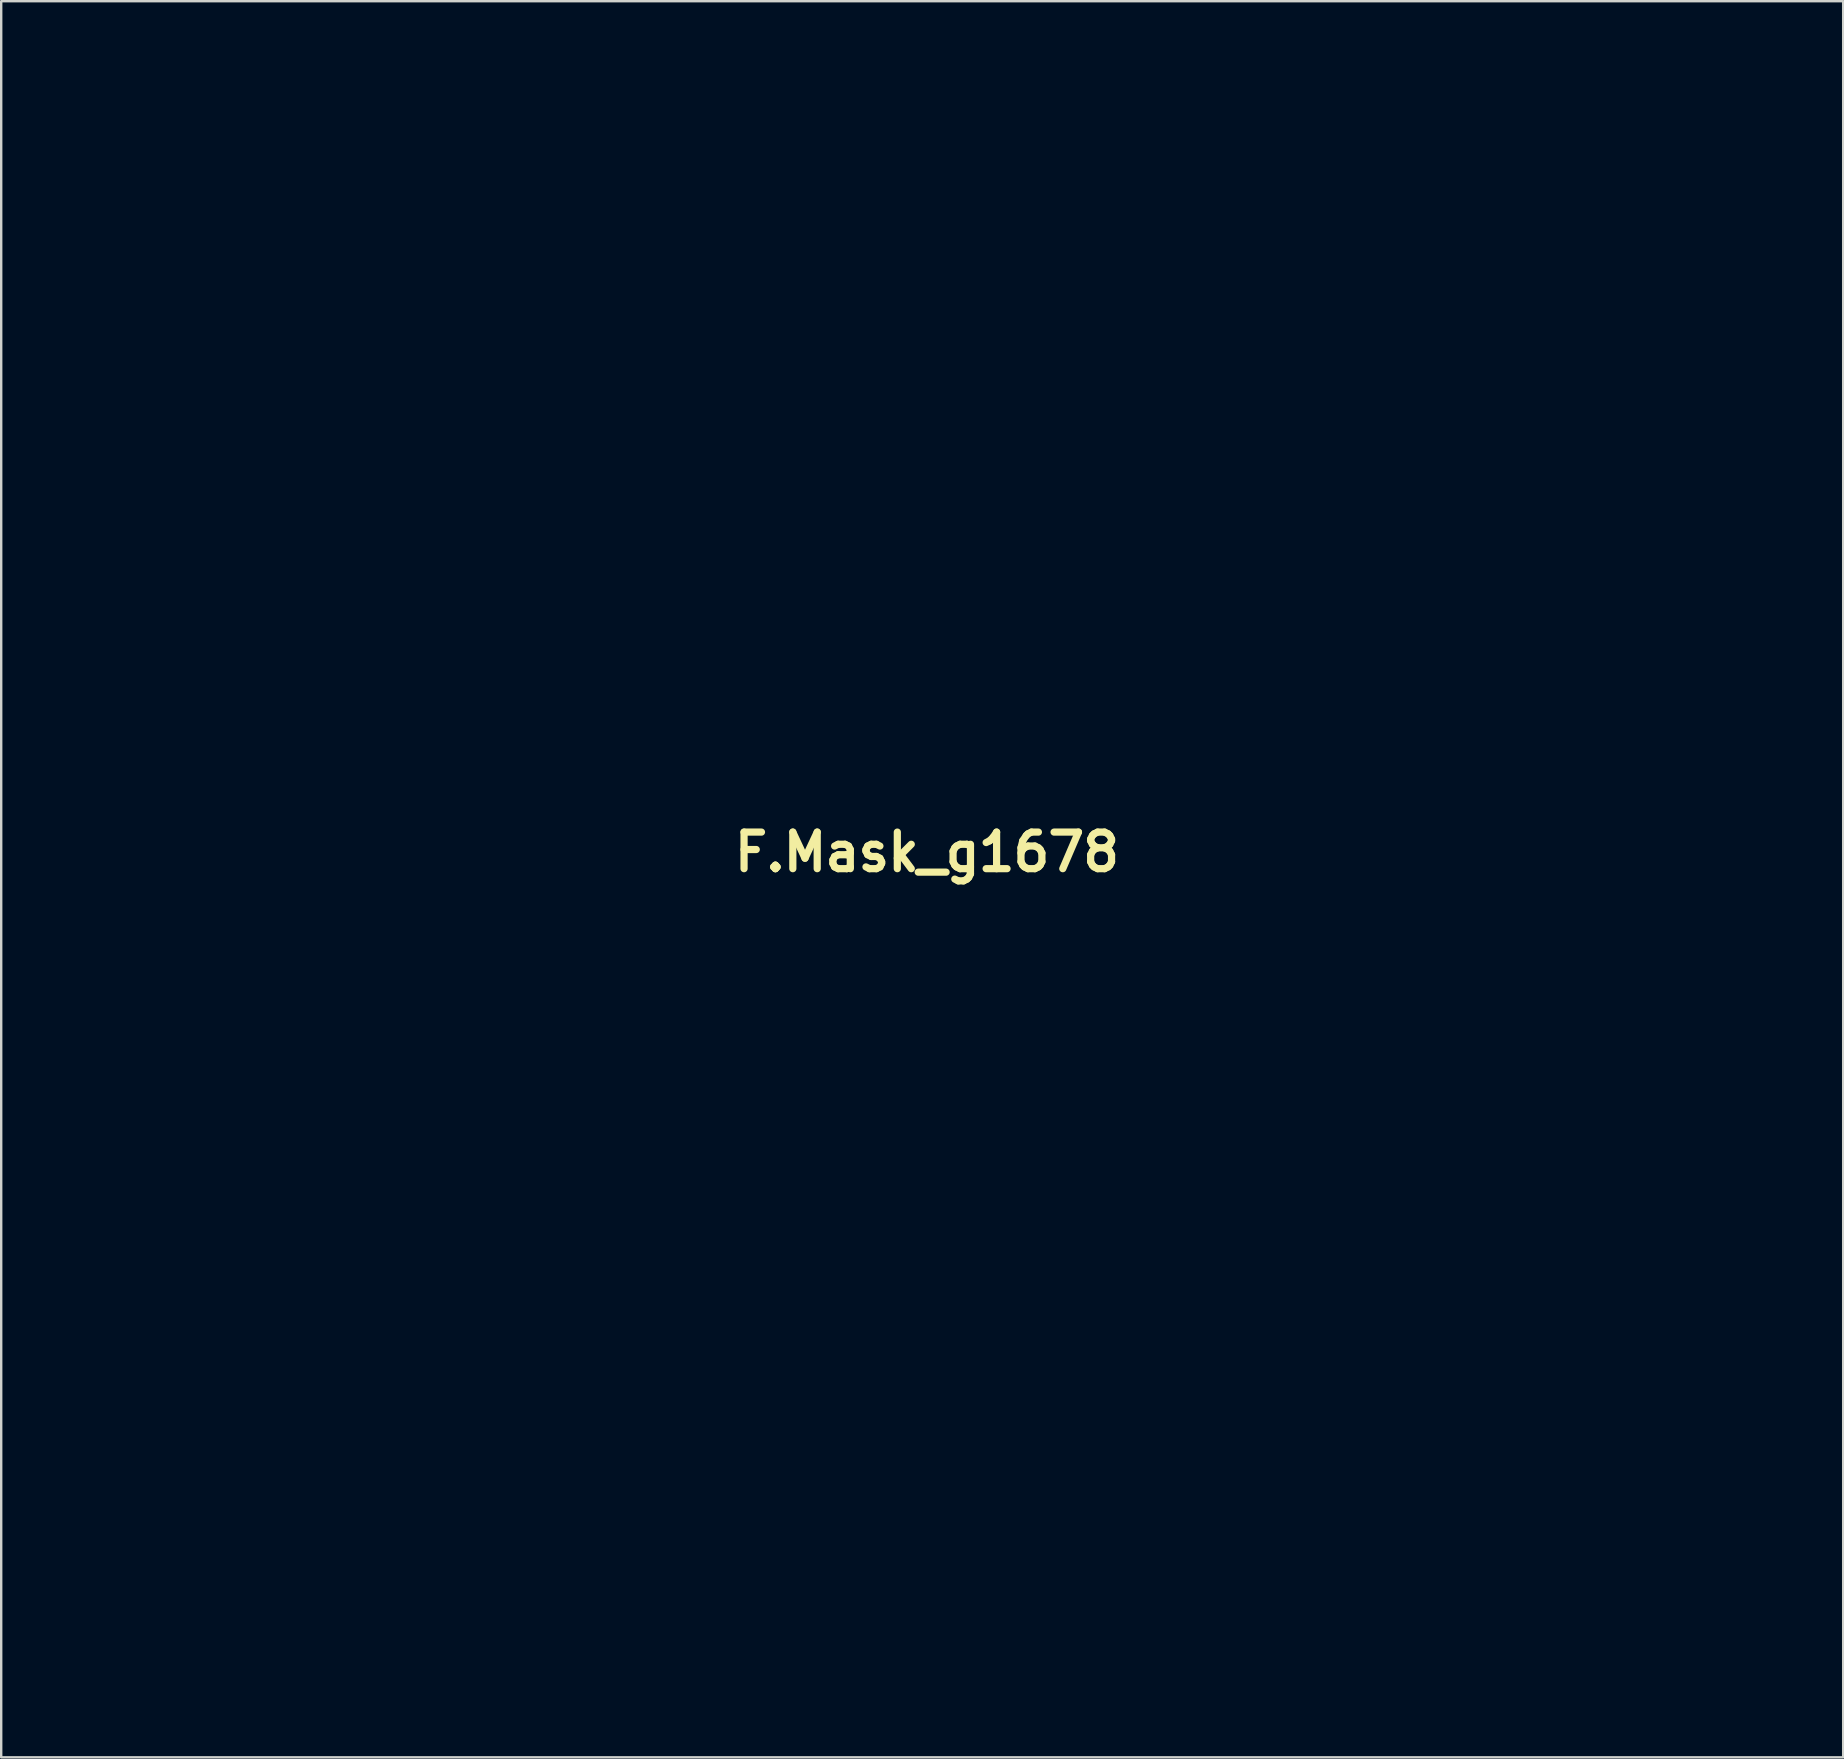
<source format=kicad_pcb>
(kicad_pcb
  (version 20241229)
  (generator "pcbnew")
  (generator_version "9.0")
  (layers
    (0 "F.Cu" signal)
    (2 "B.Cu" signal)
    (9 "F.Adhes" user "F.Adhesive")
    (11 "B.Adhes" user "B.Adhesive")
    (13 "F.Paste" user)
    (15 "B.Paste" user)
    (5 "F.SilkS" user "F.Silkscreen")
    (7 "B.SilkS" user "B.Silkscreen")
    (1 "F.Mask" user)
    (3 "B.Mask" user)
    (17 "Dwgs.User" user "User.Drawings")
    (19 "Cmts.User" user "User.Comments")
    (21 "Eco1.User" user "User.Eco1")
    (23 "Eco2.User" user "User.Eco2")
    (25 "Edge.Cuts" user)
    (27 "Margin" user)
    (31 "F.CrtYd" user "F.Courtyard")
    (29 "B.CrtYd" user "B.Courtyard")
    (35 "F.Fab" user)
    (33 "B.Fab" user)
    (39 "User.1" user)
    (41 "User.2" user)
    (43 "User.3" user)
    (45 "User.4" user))
  (footprint "F.Mask_g1678"
    (layer "F.Cu")
    (at 35.573 32.456)
    (property "Reference" "F.Mask_g1678" (at 0 0 0) (layer "F.SilkS") (effects (font (size 1.524 1.524) (thickness 0.3))))
    (attr through_hole)
    (fp_poly (pts (xy -35.055 -8.563) (xy -35.029 -8.532) (xy -35.007 -8.474) (xy -34.985 -8.383) (xy -34.966 -8.278) (xy -34.938 -8.084) (xy -34.917 -7.869) (xy -34.903 -7.641) (xy -34.896 -7.407) (xy -34.895 -7.175) (xy -34.901 -6.952) (xy -34.913 -6.746) (xy -34.932 -6.564) (xy -34.958 -6.414) (xy -34.97 -6.368) (xy -35.034 -6.191) (xy -35.13 -6.011) (xy -35.251 -5.838) (xy -35.365 -5.71) (xy -35.442 -5.634) (xy -35.498 -5.588) (xy -35.535 -5.569) (xy -35.56 -5.574) (xy -35.568 -5.584) (xy -35.567 -5.611) (xy -35.555 -5.668) (xy -35.535 -5.747) (xy -35.519 -5.801) (xy -35.482 -5.936) (xy -35.448 -6.084) (xy -35.416 -6.251) (xy -35.385 -6.44) (xy -35.355 -6.655) (xy -35.325 -6.901) (xy -35.295 -7.181) (xy -35.264 -7.493) (xy -35.239 -7.751) (xy -35.216 -7.969) (xy -35.194 -8.15) (xy -35.174 -8.295) (xy -35.155 -8.407) (xy -35.135 -8.488) (xy -35.117 -8.541) (xy -35.097 -8.568) (xy -35.085 -8.572) (xy -35.055 -8.563)) (stroke (width 0.01) (type solid)) (fill yes) (layer "F.Mask"))
    (fp_poly (pts (xy 6.306 33.727) (xy 6.58 33.765) (xy 6.826 33.827) (xy 6.918 33.858) (xy 7.034 33.907) (xy 7.142 33.964) (xy 7.236 34.023) (xy 7.309 34.081) (xy 7.354 34.132) (xy 7.366 34.164) (xy 7.36 34.189) (xy 7.337 34.207) (xy 7.295 34.218) (xy 7.227 34.223) (xy 7.13 34.222) (xy 6.999 34.215) (xy 6.88 34.207) (xy 6.568 34.195) (xy 6.238 34.2) (xy 5.883 34.222) (xy 5.496 34.263) (xy 5.44 34.27) (xy 5.282 34.293) (xy 5.092 34.324) (xy 4.879 34.363) (xy 4.653 34.406) (xy 4.423 34.452) (xy 4.198 34.499) (xy 3.989 34.546) (xy 3.803 34.59) (xy 3.658 34.628) (xy 3.511 34.666) (xy 3.383 34.693) (xy 3.279 34.709) (xy 3.204 34.714) (xy 3.162 34.706) (xy 3.154 34.695) (xy 3.172 34.659) (xy 3.224 34.607) (xy 3.303 34.543) (xy 3.407 34.471) (xy 3.528 34.392) (xy 3.663 34.311) (xy 3.807 34.231) (xy 3.954 34.154) (xy 4.1 34.083) (xy 4.189 34.044) (xy 4.468 33.938) (xy 4.766 33.852) (xy 5.076 33.786) (xy 5.391 33.74) (xy 5.706 33.714) (xy 6.013 33.71) (xy 6.306 33.727)) (stroke (width 0.01) (type solid)) (fill yes) (layer "F.Mask"))
    (fp_poly (pts (xy 35.154 7.928) (xy 35.172 7.952) (xy 35.172 7.995) (xy 35.153 8.059) (xy 35.115 8.148) (xy 35.055 8.265) (xy 34.975 8.414) (xy 34.945 8.467) (xy 34.67 8.985) (xy 34.43 9.489) (xy 34.222 9.986) (xy 34.044 10.482) (xy 33.893 10.985) (xy 33.769 11.502) (xy 33.667 12.038) (xy 33.601 12.488) (xy 33.572 12.703) (xy 33.545 12.878) (xy 33.518 13.017) (xy 33.493 13.123) (xy 33.466 13.198) (xy 33.439 13.246) (xy 33.41 13.268) (xy 33.392 13.271) (xy 33.366 13.254) (xy 33.335 13.211) (xy 33.327 13.195) (xy 33.296 13.115) (xy 33.271 13.017) (xy 33.251 12.897) (xy 33.238 12.752) (xy 33.229 12.575) (xy 33.224 12.362) (xy 33.223 12.266) (xy 33.223 12.096) (xy 33.224 11.96) (xy 33.227 11.849) (xy 33.233 11.755) (xy 33.241 11.669) (xy 33.254 11.583) (xy 33.27 11.488) (xy 33.27 11.483) (xy 33.363 11.036) (xy 33.481 10.594) (xy 33.626 10.145) (xy 33.767 9.768) (xy 33.895 9.462) (xy 34.027 9.176) (xy 34.162 8.915) (xy 34.298 8.678) (xy 34.434 8.47) (xy 34.568 8.292) (xy 34.698 8.146) (xy 34.824 8.034) (xy 34.943 7.959) (xy 35.054 7.923) (xy 35.065 7.921) (xy 35.118 7.919) (xy 35.154 7.928)) (stroke (width 0.01) (type solid)) (fill yes) (layer "F.Mask"))
    (fp_poly (pts (xy -18.633 -32.433) (xy -18.622 -32.376) (xy -18.613 -32.279) (xy -18.611 -32.261) (xy -18.613 -32.116) (xy -18.639 -31.967) (xy -18.691 -31.812) (xy -18.77 -31.649) (xy -18.878 -31.475) (xy -19.016 -31.288) (xy -19.185 -31.085) (xy -19.388 -30.864) (xy -19.588 -30.659) (xy -20.003 -30.268) (xy -20.436 -29.901) (xy -20.885 -29.561) (xy -21.342 -29.252) (xy -21.803 -28.979) (xy -22.151 -28.798) (xy -22.389 -28.685) (xy -22.597 -28.594) (xy -22.784 -28.522) (xy -22.953 -28.468) (xy -23.112 -28.43) (xy -23.268 -28.406) (xy -23.425 -28.393) (xy -23.453 -28.392) (xy -23.584 -28.39) (xy -23.681 -28.392) (xy -23.74 -28.4) (xy -23.754 -28.406) (xy -23.783 -28.429) (xy -23.794 -28.454) (xy -23.783 -28.483) (xy -23.748 -28.517) (xy -23.686 -28.56) (xy -23.595 -28.613) (xy -23.471 -28.678) (xy -23.311 -28.759) (xy -23.283 -28.772) (xy -23.071 -28.88) (xy -22.861 -28.994) (xy -22.649 -29.117) (xy -22.43 -29.251) (xy -22.201 -29.399) (xy -21.956 -29.565) (xy -21.693 -29.75) (xy -21.406 -29.957) (xy -21.114 -30.172) (xy -20.716 -30.473) (xy -20.344 -30.765) (xy -20 -31.045) (xy -19.687 -31.312) (xy -19.406 -31.563) (xy -19.17 -31.789) (xy -19.032 -31.928) (xy -18.922 -32.044) (xy -18.837 -32.141) (xy -18.774 -32.225) (xy -18.727 -32.299) (xy -18.695 -32.369) (xy -18.692 -32.376) (xy -18.667 -32.431) (xy -18.648 -32.451) (xy -18.633 -32.433)) (stroke (width 0.01) (type solid)) (fill yes) (layer "F.Mask"))
    (fp_poly (pts (xy -18.302 30.194) (xy -18.073 30.221) (xy -17.818 30.264) (xy -17.545 30.322) (xy -17.259 30.392) (xy -16.965 30.474) (xy -16.671 30.564) (xy -16.383 30.663) (xy -16.105 30.767) (xy -15.846 30.875) (xy -15.609 30.986) (xy -15.494 31.046) (xy -15.171 31.229) (xy -14.842 31.433) (xy -14.511 31.653) (xy -14.188 31.884) (xy -13.877 32.12) (xy -13.585 32.358) (xy -13.319 32.591) (xy -13.086 32.817) (xy -13.057 32.846) (xy -12.933 32.981) (xy -12.834 33.1) (xy -12.763 33.201) (xy -12.722 33.281) (xy -12.711 33.339) (xy -12.714 33.35) (xy -12.73 33.372) (xy -12.757 33.376) (xy -12.804 33.36) (xy -12.878 33.322) (xy -12.888 33.316) (xy -12.949 33.28) (xy -13.032 33.224) (xy -13.129 33.158) (xy -13.227 33.087) (xy -13.237 33.08) (xy -13.812 32.674) (xy -14.412 32.287) (xy -15.032 31.921) (xy -15.663 31.58) (xy -16.298 31.27) (xy -16.929 30.994) (xy -17.214 30.88) (xy -17.393 30.812) (xy -17.55 30.755) (xy -17.699 30.705) (xy -17.85 30.659) (xy -18.015 30.613) (xy -18.206 30.562) (xy -18.271 30.546) (xy -18.402 30.512) (xy -18.522 30.479) (xy -18.624 30.45) (xy -18.701 30.426) (xy -18.746 30.41) (xy -18.749 30.408) (xy -18.822 30.36) (xy -18.855 30.315) (xy -18.849 30.273) (xy -18.808 30.237) (xy -18.733 30.209) (xy -18.626 30.191) (xy -18.5 30.185) (xy -18.302 30.194)) (stroke (width 0.01) (type solid)) (fill yes) (layer "F.Mask"))
    (fp_poly (pts (xy 20.737 -31.165) (xy 20.817 -31.122) (xy 20.925 -31.052) (xy 21.064 -30.956) (xy 21.233 -30.832) (xy 21.399 -30.705) (xy 21.478 -30.646) (xy 21.585 -30.563) (xy 21.716 -30.462) (xy 21.866 -30.346) (xy 22.031 -30.218) (xy 22.207 -30.082) (xy 22.388 -29.942) (xy 22.57 -29.801) (xy 22.595 -29.781) (xy 23 -29.468) (xy 23.373 -29.179) (xy 23.716 -28.914) (xy 24.033 -28.671) (xy 24.323 -28.449) (xy 24.59 -28.247) (xy 24.836 -28.062) (xy 25.061 -27.893) (xy 25.269 -27.74) (xy 25.46 -27.601) (xy 25.638 -27.474) (xy 25.803 -27.357) (xy 25.957 -27.251) (xy 26.103 -27.152) (xy 26.243 -27.06) (xy 26.378 -26.973) (xy 26.458 -26.923) (xy 26.596 -26.836) (xy 26.701 -26.766) (xy 26.776 -26.712) (xy 26.824 -26.669) (xy 26.85 -26.637) (xy 26.857 -26.61) (xy 26.854 -26.599) (xy 26.822 -26.574) (xy 26.755 -26.566) (xy 26.654 -26.576) (xy 26.585 -26.589) (xy 26.414 -26.633) (xy 26.214 -26.698) (xy 25.992 -26.78) (xy 25.756 -26.877) (xy 25.512 -26.986) (xy 25.267 -27.104) (xy 25.027 -27.228) (xy 24.873 -27.313) (xy 24.422 -27.583) (xy 23.973 -27.879) (xy 23.53 -28.196) (xy 23.096 -28.531) (xy 22.676 -28.88) (xy 22.274 -29.24) (xy 21.895 -29.606) (xy 21.542 -29.976) (xy 21.221 -30.345) (xy 20.934 -30.709) (xy 20.819 -30.869) (xy 20.743 -30.983) (xy 20.69 -31.071) (xy 20.663 -31.134) (xy 20.661 -31.17) (xy 20.685 -31.181) (xy 20.737 -31.165)) (stroke (width 0.01) (type solid)) (fill yes) (layer "F.Mask"))
    (fp_poly (pts (xy -28.734 4.524) (xy -28.712 4.551) (xy -28.692 4.6) (xy -28.674 4.676) (xy -28.654 4.781) (xy -28.634 4.921) (xy -28.619 5.034) (xy -28.601 5.163) (xy -28.58 5.292) (xy -28.558 5.408) (xy -28.538 5.499) (xy -28.532 5.524) (xy -28.455 5.741) (xy -28.355 5.925) (xy -28.229 6.079) (xy -28.074 6.207) (xy -27.95 6.28) (xy -27.766 6.363) (xy -27.587 6.418) (xy -27.401 6.446) (xy -27.199 6.448) (xy -27.03 6.435) (xy -26.916 6.423) (xy -26.797 6.412) (xy -26.693 6.402) (xy -26.654 6.399) (xy -26.575 6.393) (xy -26.529 6.393) (xy -26.507 6.402) (xy -26.501 6.419) (xy -26.501 6.43) (xy -26.52 6.475) (xy -26.572 6.529) (xy -26.651 6.587) (xy -26.749 6.646) (xy -26.86 6.701) (xy -26.976 6.748) (xy -27.092 6.784) (xy -27.093 6.784) (xy -27.193 6.803) (xy -27.32 6.816) (xy -27.462 6.825) (xy -27.609 6.829) (xy -27.747 6.827) (xy -27.866 6.82) (xy -27.951 6.807) (xy -28.177 6.739) (xy -28.371 6.644) (xy -28.533 6.525) (xy -28.662 6.381) (xy -28.709 6.308) (xy -28.749 6.224) (xy -28.794 6.11) (xy -28.838 5.979) (xy -28.878 5.843) (xy -28.91 5.713) (xy -28.916 5.683) (xy -28.927 5.601) (xy -28.936 5.492) (xy -28.942 5.363) (xy -28.945 5.224) (xy -28.945 5.084) (xy -28.942 4.953) (xy -28.936 4.839) (xy -28.927 4.751) (xy -28.918 4.707) (xy -28.882 4.618) (xy -28.837 4.552) (xy -28.788 4.516) (xy -28.759 4.513) (xy -28.734 4.524)) (stroke (width 0.01) (type solid)) (fill yes) (layer "F.Mask"))
    (fp_poly (pts (xy -0.996 20.538) (xy -0.95 20.572) (xy -0.935 20.59) (xy -0.899 20.654) (xy -0.865 20.738) (xy -0.838 20.822) (xy -0.826 20.89) (xy -0.826 20.898) (xy -0.806 20.983) (xy -0.752 21.08) (xy -0.667 21.186) (xy -0.555 21.297) (xy -0.421 21.41) (xy -0.269 21.522) (xy -0.104 21.63) (xy 0.072 21.73) (xy 0.252 21.819) (xy 0.433 21.893) (xy 0.508 21.919) (xy 0.596 21.946) (xy 0.674 21.963) (xy 0.755 21.974) (xy 0.854 21.979) (xy 0.942 21.98) (xy 1.099 21.977) (xy 1.233 21.963) (xy 1.356 21.936) (xy 1.484 21.893) (xy 1.628 21.829) (xy 1.683 21.802) (xy 1.899 21.678) (xy 2.101 21.528) (xy 2.293 21.346) (xy 2.48 21.128) (xy 2.593 20.976) (xy 2.689 20.847) (xy 2.768 20.751) (xy 2.834 20.685) (xy 2.882 20.649) (xy 2.927 20.626) (xy 2.954 20.625) (xy 2.981 20.646) (xy 2.981 20.647) (xy 3.005 20.696) (xy 3.016 20.776) (xy 3.014 20.877) (xy 3 20.992) (xy 2.974 21.11) (xy 2.954 21.177) (xy 2.842 21.446) (xy 2.692 21.7) (xy 2.509 21.936) (xy 2.297 22.149) (xy 2.058 22.336) (xy 1.798 22.49) (xy 1.789 22.495) (xy 1.536 22.599) (xy 1.267 22.669) (xy 0.989 22.703) (xy 0.712 22.698) (xy 0.614 22.687) (xy 0.391 22.637) (xy 0.163 22.548) (xy -0.062 22.425) (xy -0.279 22.271) (xy -0.483 22.088) (xy -0.524 22.046) (xy -0.711 21.823) (xy -0.862 21.584) (xy -0.977 21.334) (xy -1.049 21.085) (xy -1.062 21.002) (xy -1.072 20.902) (xy -1.078 20.796) (xy -1.079 20.698) (xy -1.076 20.617) (xy -1.067 20.566) (xy -1.067 20.565) (xy -1.038 20.535) (xy -0.996 20.538)) (stroke (width 0.01) (type solid)) (fill yes) (layer "F.Mask"))
    (fp_poly (pts (xy 23.935 -12.633) (xy 23.958 -12.633) (xy 24.395 -12.625) (xy 24.58 -12.548) (xy 24.812 -12.434) (xy 25.028 -12.292) (xy 25.229 -12.12) (xy 25.418 -11.916) (xy 25.593 -11.679) (xy 25.757 -11.407) (xy 25.91 -11.101) (xy 26.052 -10.757) (xy 26.185 -10.375) (xy 26.31 -9.953) (xy 26.372 -9.719) (xy 26.447 -9.412) (xy 26.507 -9.139) (xy 26.555 -8.894) (xy 26.591 -8.669) (xy 26.616 -8.458) (xy 26.63 -8.256) (xy 26.635 -8.057) (xy 26.635 -8.022) (xy 26.629 -7.799) (xy 26.611 -7.611) (xy 26.578 -7.449) (xy 26.528 -7.309) (xy 26.46 -7.183) (xy 26.37 -7.064) (xy 26.326 -7.014) (xy 26.186 -6.879) (xy 26.022 -6.745) (xy 25.845 -6.62) (xy 25.667 -6.512) (xy 25.498 -6.427) (xy 25.426 -6.398) (xy 25.296 -6.363) (xy 25.141 -6.341) (xy 24.977 -6.334) (xy 24.819 -6.342) (xy 24.704 -6.36) (xy 24.38 -6.455) (xy 24.072 -6.588) (xy 23.781 -6.756) (xy 23.511 -6.957) (xy 23.267 -7.189) (xy 23.05 -7.447) (xy 22.865 -7.73) (xy 22.763 -7.925) (xy 22.689 -8.102) (xy 22.616 -8.317) (xy 22.544 -8.561) (xy 22.476 -8.83) (xy 22.413 -9.118) (xy 22.355 -9.419) (xy 22.304 -9.726) (xy 22.26 -10.035) (xy 22.226 -10.338) (xy 22.202 -10.63) (xy 22.19 -10.869) (xy 22.186 -11.039) (xy 22.186 -11.176) (xy 22.193 -11.29) (xy 22.209 -11.389) (xy 22.235 -11.483) (xy 22.273 -11.582) (xy 22.324 -11.694) (xy 22.363 -11.774) (xy 22.461 -11.959) (xy 22.555 -12.11) (xy 22.65 -12.233) (xy 22.752 -12.334) (xy 22.868 -12.419) (xy 23.003 -12.495) (xy 23.05 -12.518) (xy 23.141 -12.557) (xy 23.232 -12.587) (xy 23.33 -12.609) (xy 23.443 -12.623) (xy 23.577 -12.632) (xy 23.739 -12.635) (xy 23.935 -12.633)) (stroke (width 0.01) (type solid)) (fill yes) (layer "F.Mask"))
    (fp_poly (pts (xy 14.884 -25.187) (xy 15.015 -25.18) (xy 15.107 -25.169) (xy 15.354 -25.112) (xy 15.603 -25.025) (xy 15.857 -24.906) (xy 16.116 -24.755) (xy 16.384 -24.569) (xy 16.663 -24.347) (xy 16.954 -24.088) (xy 17.152 -23.898) (xy 17.482 -23.565) (xy 17.774 -23.248) (xy 18.03 -22.948) (xy 18.248 -22.665) (xy 18.428 -22.399) (xy 18.571 -22.151) (xy 18.676 -21.92) (xy 18.744 -21.708) (xy 18.773 -21.513) (xy 18.775 -21.463) (xy 18.761 -21.313) (xy 18.721 -21.141) (xy 18.66 -20.956) (xy 18.581 -20.766) (xy 18.488 -20.58) (xy 18.385 -20.407) (xy 18.275 -20.255) (xy 18.19 -20.159) (xy 18.042 -20.037) (xy 17.86 -19.933) (xy 17.65 -19.849) (xy 17.418 -19.786) (xy 17.168 -19.745) (xy 16.906 -19.728) (xy 16.638 -19.735) (xy 16.416 -19.761) (xy 16.121 -19.821) (xy 15.843 -19.908) (xy 15.578 -20.024) (xy 15.322 -20.171) (xy 15.071 -20.352) (xy 14.821 -20.57) (xy 14.568 -20.826) (xy 14.497 -20.904) (xy 14.29 -21.139) (xy 14.09 -21.378) (xy 13.9 -21.616) (xy 13.72 -21.851) (xy 13.555 -22.077) (xy 13.406 -22.293) (xy 13.276 -22.495) (xy 13.167 -22.678) (xy 13.082 -22.84) (xy 13.023 -22.978) (xy 13.003 -23.04) (xy 12.987 -23.123) (xy 12.974 -23.238) (xy 12.965 -23.373) (xy 12.959 -23.516) (xy 12.958 -23.657) (xy 12.962 -23.784) (xy 12.97 -23.887) (xy 12.974 -23.911) (xy 13.022 -24.089) (xy 13.103 -24.267) (xy 13.209 -24.434) (xy 13.334 -24.578) (xy 13.424 -24.656) (xy 13.493 -24.703) (xy 13.59 -24.764) (xy 13.707 -24.833) (xy 13.834 -24.906) (xy 13.961 -24.976) (xy 14.081 -25.04) (xy 14.184 -25.092) (xy 14.261 -25.127) (xy 14.266 -25.129) (xy 14.349 -25.151) (xy 14.463 -25.169) (xy 14.597 -25.181) (xy 14.741 -25.187) (xy 14.884 -25.187)) (stroke (width 0.01) (type solid)) (fill yes) (layer "F.Mask"))
    (fp_poly (pts (xy 30.847 -2.415) (xy 30.909 -2.376) (xy 30.995 -2.312) (xy 31.108 -2.222) (xy 31.207 -2.14) (xy 31.354 -1.999) (xy 31.479 -1.839) (xy 31.585 -1.654) (xy 31.675 -1.44) (xy 31.752 -1.191) (xy 31.762 -1.154) (xy 31.793 -1.005) (xy 31.815 -0.84) (xy 31.829 -0.672) (xy 31.832 -0.512) (xy 31.825 -0.373) (xy 31.816 -0.308) (xy 31.771 -0.155) (xy 31.693 0.014) (xy 31.585 0.193) (xy 31.451 0.376) (xy 31.293 0.558) (xy 31.245 0.61) (xy 31.074 0.763) (xy 30.9 0.876) (xy 30.718 0.95) (xy 30.67 0.964) (xy 30.606 0.974) (xy 30.508 0.984) (xy 30.384 0.992) (xy 30.241 0.999) (xy 30.088 1.005) (xy 29.931 1.008) (xy 29.78 1.01) (xy 29.641 1.009) (xy 29.522 1.007) (xy 29.432 1.001) (xy 29.384 0.995) (xy 29.286 0.965) (xy 29.211 0.924) (xy 29.165 0.877) (xy 29.152 0.829) (xy 29.169 0.792) (xy 29.211 0.765) (xy 29.292 0.734) (xy 29.411 0.701) (xy 29.563 0.666) (xy 29.748 0.63) (xy 29.777 0.624) (xy 29.934 0.595) (xy 30.059 0.568) (xy 30.161 0.541) (xy 30.249 0.51) (xy 30.334 0.474) (xy 30.406 0.437) (xy 30.527 0.359) (xy 30.657 0.248) (xy 30.788 0.112) (xy 30.916 -0.043) (xy 31.033 -0.207) (xy 31.133 -0.376) (xy 31.152 -0.413) (xy 31.219 -0.563) (xy 31.26 -0.703) (xy 31.281 -0.853) (xy 31.284 -0.974) (xy 31.281 -1.09) (xy 31.27 -1.198) (xy 31.25 -1.305) (xy 31.217 -1.418) (xy 31.171 -1.544) (xy 31.108 -1.69) (xy 31.028 -1.862) (xy 30.988 -1.944) (xy 30.927 -2.07) (xy 30.873 -2.183) (xy 30.828 -2.28) (xy 30.796 -2.352) (xy 30.779 -2.396) (xy 30.776 -2.405) (xy 30.783 -2.428) (xy 30.806 -2.432) (xy 30.847 -2.415)) (stroke (width 0.01) (type solid)) (fill yes) (layer "F.Mask"))
    (fp_poly (pts (xy 0.252 10.966) (xy 0.431 10.97) (xy 0.604 10.977) (xy 0.761 10.987) (xy 0.868 10.997) (xy 1.196 11.041) (xy 1.548 11.1) (xy 1.912 11.171) (xy 2.277 11.252) (xy 2.63 11.34) (xy 2.96 11.433) (xy 3.152 11.493) (xy 3.333 11.57) (xy 3.518 11.683) (xy 3.699 11.824) (xy 3.871 11.989) (xy 4.026 12.171) (xy 4.157 12.363) (xy 4.178 12.4) (xy 4.252 12.571) (xy 4.298 12.767) (xy 4.316 12.981) (xy 4.305 13.207) (xy 4.268 13.44) (xy 4.203 13.672) (xy 4.112 13.897) (xy 4.094 13.934) (xy 3.947 14.192) (xy 3.778 14.417) (xy 3.586 14.612) (xy 3.369 14.778) (xy 3.123 14.916) (xy 2.847 15.028) (xy 2.538 15.116) (xy 2.331 15.159) (xy 2.252 15.172) (xy 2.173 15.183) (xy 2.089 15.191) (xy 1.992 15.197) (xy 1.876 15.202) (xy 1.735 15.206) (xy 1.563 15.208) (xy 1.429 15.21) (xy 1.142 15.211) (xy 0.894 15.208) (xy 0.683 15.202) (xy 0.507 15.191) (xy 0.455 15.187) (xy 0.007 15.138) (xy -0.399 15.08) (xy -0.766 15.012) (xy -1.093 14.933) (xy -1.381 14.845) (xy -1.63 14.746) (xy -1.841 14.637) (xy -2.014 14.517) (xy -2.066 14.472) (xy -2.167 14.369) (xy -2.256 14.252) (xy -2.334 14.116) (xy -2.404 13.956) (xy -2.47 13.765) (xy -2.534 13.539) (xy -2.542 13.507) (xy -2.58 13.335) (xy -2.599 13.183) (xy -2.598 13.037) (xy -2.579 12.881) (xy -2.561 12.785) (xy -2.512 12.608) (xy -2.44 12.438) (xy -2.343 12.269) (xy -2.215 12.096) (xy -2.053 11.911) (xy -2.039 11.896) (xy -1.786 11.656) (xy -1.511 11.448) (xy -1.217 11.274) (xy -0.908 11.136) (xy -0.588 11.037) (xy -0.328 10.986) (xy -0.222 10.976) (xy -0.084 10.969) (xy 0.078 10.966) (xy 0.252 10.966)) (stroke (width 0.01) (type solid)) (fill yes) (layer "F.Mask"))
    (fp_poly (pts (xy -11.314 -28.039) (xy -11.096 -28.02) (xy -10.912 -27.988) (xy -10.755 -27.94) (xy -10.617 -27.872) (xy -10.491 -27.784) (xy -10.433 -27.734) (xy -10.317 -27.615) (xy -10.2 -27.472) (xy -10.086 -27.315) (xy -9.982 -27.153) (xy -9.893 -26.993) (xy -9.825 -26.845) (xy -9.787 -26.733) (xy -9.755 -26.529) (xy -9.758 -26.309) (xy -9.794 -26.078) (xy -9.861 -25.841) (xy -9.957 -25.601) (xy -10.079 -25.365) (xy -10.226 -25.135) (xy -10.395 -24.917) (xy -10.585 -24.716) (xy -10.792 -24.535) (xy -10.824 -24.511) (xy -10.99 -24.395) (xy -11.169 -24.29) (xy -11.362 -24.195) (xy -11.573 -24.108) (xy -11.807 -24.03) (xy -12.066 -23.959) (xy -12.355 -23.893) (xy -12.676 -23.832) (xy -13.034 -23.774) (xy -13.271 -23.74) (xy -13.542 -23.706) (xy -13.8 -23.679) (xy -14.042 -23.659) (xy -14.264 -23.647) (xy -14.459 -23.643) (xy -14.624 -23.647) (xy -14.754 -23.659) (xy -14.787 -23.665) (xy -14.901 -23.697) (xy -15.039 -23.752) (xy -15.19 -23.823) (xy -15.345 -23.908) (xy -15.494 -24) (xy -15.553 -24.04) (xy -15.705 -24.171) (xy -15.836 -24.334) (xy -15.94 -24.52) (xy -16.013 -24.723) (xy -16.013 -24.724) (xy -16.024 -24.786) (xy -16.032 -24.883) (xy -16.038 -25.005) (xy -16.043 -25.143) (xy -16.045 -25.29) (xy -16.044 -25.436) (xy -16.042 -25.573) (xy -16.036 -25.693) (xy -16.029 -25.787) (xy -16.023 -25.826) (xy -15.981 -25.974) (xy -15.909 -26.137) (xy -15.812 -26.307) (xy -15.697 -26.475) (xy -15.568 -26.633) (xy -15.431 -26.772) (xy -15.381 -26.816) (xy -15.193 -26.963) (xy -14.991 -27.098) (xy -14.772 -27.222) (xy -14.531 -27.338) (xy -14.265 -27.448) (xy -13.969 -27.552) (xy -13.64 -27.653) (xy -13.275 -27.752) (xy -13.112 -27.793) (xy -12.713 -27.884) (xy -12.343 -27.955) (xy -12.004 -28.005) (xy -11.697 -28.034) (xy -11.424 -28.042) (xy -11.314 -28.039)) (stroke (width 0.01) (type solid)) (fill yes) (layer "F.Mask"))
    (fp_poly (pts (xy -24.12 -6.743) (xy -24.004 -6.72) (xy -23.985 -6.713) (xy -23.837 -6.642) (xy -23.673 -6.538) (xy -23.499 -6.403) (xy -23.32 -6.241) (xy -23.25 -6.173) (xy -23.046 -5.952) (xy -22.877 -5.735) (xy -22.736 -5.512) (xy -22.651 -5.348) (xy -22.606 -5.251) (xy -22.57 -5.167) (xy -22.542 -5.092) (xy -22.522 -5.016) (xy -22.508 -4.933) (xy -22.498 -4.836) (xy -22.492 -4.718) (xy -22.487 -4.57) (xy -22.484 -4.415) (xy -22.482 -4.065) (xy -22.49 -3.743) (xy -22.509 -3.439) (xy -22.54 -3.146) (xy -22.585 -2.853) (xy -22.644 -2.552) (xy -22.72 -2.235) (xy -22.813 -1.891) (xy -22.851 -1.757) (xy -22.912 -1.561) (xy -22.97 -1.398) (xy -23.031 -1.261) (xy -23.097 -1.14) (xy -23.173 -1.027) (xy -23.223 -0.963) (xy -23.314 -0.859) (xy -23.423 -0.746) (xy -23.541 -0.636) (xy -23.656 -0.537) (xy -23.758 -0.461) (xy -23.767 -0.455) (xy -23.857 -0.412) (xy -23.981 -0.379) (xy -24.13 -0.356) (xy -24.297 -0.343) (xy -24.474 -0.342) (xy -24.653 -0.354) (xy -24.717 -0.361) (xy -24.93 -0.401) (xy -25.124 -0.463) (xy -25.307 -0.552) (xy -25.485 -0.672) (xy -25.666 -0.826) (xy -25.775 -0.933) (xy -25.934 -1.109) (xy -26.064 -1.284) (xy -26.169 -1.466) (xy -26.253 -1.663) (xy -26.32 -1.883) (xy -26.373 -2.134) (xy -26.388 -2.227) (xy -26.404 -2.361) (xy -26.415 -2.527) (xy -26.422 -2.719) (xy -26.426 -2.927) (xy -26.425 -3.144) (xy -26.419 -3.359) (xy -26.41 -3.566) (xy -26.397 -3.756) (xy -26.387 -3.852) (xy -26.339 -4.249) (xy -26.287 -4.606) (xy -26.23 -4.925) (xy -26.167 -5.209) (xy -26.096 -5.461) (xy -26.017 -5.683) (xy -25.929 -5.877) (xy -25.831 -6.046) (xy -25.721 -6.193) (xy -25.599 -6.318) (xy -25.464 -6.426) (xy -25.315 -6.519) (xy -25.262 -6.546) (xy -25.123 -6.605) (xy -24.962 -6.656) (xy -24.787 -6.697) (xy -24.607 -6.727) (xy -24.43 -6.746) (xy -24.265 -6.751) (xy -24.12 -6.743)) (stroke (width 0.01) (type solid)) (fill yes) (layer "F.Mask"))
    (fp_poly (pts (xy 20.705 12.375) (xy 20.755 12.42) (xy 20.812 12.502) (xy 20.88 12.622) (xy 20.924 12.711) (xy 21.043 12.973) (xy 21.133 13.217) (xy 21.196 13.453) (xy 21.235 13.689) (xy 21.253 13.936) (xy 21.255 14.054) (xy 21.244 14.309) (xy 21.211 14.537) (xy 21.151 14.751) (xy 21.062 14.961) (xy 20.957 15.152) (xy 20.767 15.43) (xy 20.551 15.674) (xy 20.311 15.885) (xy 20.047 16.061) (xy 19.761 16.202) (xy 19.454 16.306) (xy 19.248 16.352) (xy 19.174 16.363) (xy 19.08 16.373) (xy 18.974 16.381) (xy 18.863 16.387) (xy 18.755 16.391) (xy 18.66 16.393) (xy 18.583 16.392) (xy 18.535 16.388) (xy 18.521 16.381) (xy 18.502 16.37) (xy 18.455 16.359) (xy 18.431 16.355) (xy 18.301 16.327) (xy 18.147 16.277) (xy 17.979 16.21) (xy 17.805 16.129) (xy 17.636 16.039) (xy 17.48 15.943) (xy 17.469 15.936) (xy 17.388 15.878) (xy 17.284 15.801) (xy 17.166 15.711) (xy 17.043 15.614) (xy 16.922 15.518) (xy 16.814 15.429) (xy 16.725 15.354) (xy 16.686 15.319) (xy 16.629 15.259) (xy 16.609 15.219) (xy 16.627 15.2) (xy 16.648 15.198) (xy 16.676 15.204) (xy 16.738 15.224) (xy 16.827 15.253) (xy 16.939 15.291) (xy 17.066 15.335) (xy 17.15 15.365) (xy 17.359 15.438) (xy 17.537 15.497) (xy 17.689 15.542) (xy 17.825 15.577) (xy 17.95 15.601) (xy 18.072 15.617) (xy 18.199 15.627) (xy 18.337 15.631) (xy 18.426 15.631) (xy 18.563 15.631) (xy 18.669 15.628) (xy 18.752 15.623) (xy 18.825 15.613) (xy 18.895 15.599) (xy 18.975 15.579) (xy 18.997 15.572) (xy 19.267 15.48) (xy 19.528 15.354) (xy 19.771 15.201) (xy 19.989 15.026) (xy 20.109 14.906) (xy 20.309 14.66) (xy 20.47 14.397) (xy 20.594 14.116) (xy 20.682 13.814) (xy 20.722 13.587) (xy 20.731 13.52) (xy 20.736 13.461) (xy 20.737 13.402) (xy 20.733 13.335) (xy 20.724 13.254) (xy 20.71 13.152) (xy 20.69 13.021) (xy 20.667 12.882) (xy 20.64 12.708) (xy 20.625 12.573) (xy 20.622 12.474) (xy 20.629 12.408) (xy 20.648 12.373) (xy 20.664 12.365) (xy 20.705 12.375)) (stroke (width 0.01) (type solid)) (fill yes) (layer "F.Mask"))
    (fp_poly (pts (xy -17.272 13.166) (xy -17.256 13.197) (xy -17.247 13.266) (xy -17.244 13.365) (xy -17.248 13.49) (xy -17.258 13.636) (xy -17.275 13.797) (xy -17.282 13.854) (xy -17.31 14.172) (xy -17.314 14.489) (xy -17.294 14.794) (xy -17.251 15.079) (xy -17.209 15.255) (xy -17.107 15.547) (xy -16.966 15.835) (xy -16.791 16.114) (xy -16.585 16.38) (xy -16.351 16.628) (xy -16.095 16.854) (xy -15.819 17.053) (xy -15.554 17.208) (xy -15.338 17.31) (xy -15.116 17.397) (xy -14.9 17.463) (xy -14.706 17.505) (xy -14.591 17.518) (xy -14.446 17.524) (xy -14.282 17.525) (xy -14.111 17.52) (xy -13.942 17.51) (xy -13.787 17.496) (xy -13.657 17.478) (xy -13.592 17.464) (xy -13.408 17.414) (xy -13.232 17.356) (xy -13.056 17.286) (xy -12.873 17.203) (xy -12.676 17.102) (xy -12.455 16.98) (xy -12.342 16.915) (xy -12.204 16.834) (xy -12.097 16.774) (xy -12.017 16.73) (xy -11.958 16.702) (xy -11.917 16.687) (xy -11.887 16.683) (xy -11.866 16.686) (xy -11.864 16.687) (xy -11.837 16.718) (xy -11.834 16.776) (xy -11.851 16.856) (xy -11.888 16.95) (xy -11.942 17.052) (xy -12.01 17.156) (xy -12.03 17.183) (xy -12.161 17.336) (xy -12.321 17.495) (xy -12.504 17.655) (xy -12.704 17.813) (xy -12.914 17.963) (xy -13.128 18.102) (xy -13.339 18.225) (xy -13.541 18.328) (xy -13.728 18.405) (xy -13.864 18.447) (xy -13.946 18.461) (xy -14.062 18.473) (xy -14.203 18.482) (xy -14.362 18.489) (xy -14.531 18.492) (xy -14.701 18.493) (xy -14.864 18.49) (xy -15.012 18.485) (xy -15.136 18.476) (xy -15.215 18.467) (xy -15.475 18.412) (xy -15.741 18.333) (xy -16.001 18.233) (xy -16.243 18.118) (xy -16.457 17.992) (xy -16.493 17.968) (xy -16.825 17.715) (xy -17.118 17.448) (xy -17.371 17.168) (xy -17.584 16.874) (xy -17.757 16.567) (xy -17.891 16.247) (xy -17.983 15.916) (xy -18.004 15.784) (xy -18.017 15.622) (xy -18.022 15.442) (xy -18.02 15.256) (xy -18.01 15.074) (xy -17.993 14.91) (xy -17.983 14.848) (xy -17.937 14.632) (xy -17.874 14.395) (xy -17.798 14.149) (xy -17.712 13.905) (xy -17.621 13.675) (xy -17.529 13.471) (xy -17.488 13.39) (xy -17.425 13.279) (xy -17.374 13.205) (xy -17.33 13.166) (xy -17.292 13.158) (xy -17.272 13.166)) (stroke (width 0.01) (type solid)) (fill yes) (layer "F.Mask"))
    (fp_poly (pts (xy 33.977 -7.061) (xy 34.006 -7.02) (xy 34.013 -7.001) (xy 34.029 -6.941) (xy 34.051 -6.846) (xy 34.077 -6.722) (xy 34.106 -6.577) (xy 34.137 -6.416) (xy 34.169 -6.248) (xy 34.199 -6.078) (xy 34.227 -5.912) (xy 34.253 -5.759) (xy 34.267 -5.662) (xy 34.358 -4.975) (xy 34.429 -4.251) (xy 34.483 -3.494) (xy 34.518 -2.703) (xy 34.534 -1.882) (xy 34.531 -1.032) (xy 34.524 -0.624) (xy 34.512 -0.182) (xy 34.499 0.226) (xy 34.483 0.603) (xy 34.463 0.959) (xy 34.441 1.298) (xy 34.414 1.628) (xy 34.382 1.955) (xy 34.345 2.286) (xy 34.302 2.627) (xy 34.252 2.986) (xy 34.195 3.367) (xy 34.131 3.778) (xy 34.102 3.963) (xy 34.073 4.149) (xy 34.047 4.327) (xy 34.023 4.49) (xy 34.004 4.631) (xy 33.99 4.741) (xy 33.985 4.784) (xy 33.967 4.971) (xy 33.953 5.161) (xy 33.943 5.346) (xy 33.938 5.519) (xy 33.937 5.673) (xy 33.941 5.8) (xy 33.95 5.894) (xy 33.952 5.905) (xy 33.967 6.003) (xy 33.981 6.106) (xy 33.988 6.165) (xy 33.993 6.233) (xy 33.99 6.269) (xy 33.977 6.284) (xy 33.949 6.287) (xy 33.948 6.287) (xy 33.902 6.273) (xy 33.844 6.24) (xy 33.818 6.221) (xy 33.75 6.153) (xy 33.698 6.072) (xy 33.66 5.971) (xy 33.634 5.845) (xy 33.619 5.689) (xy 33.613 5.498) (xy 33.613 5.466) (xy 33.614 5.383) (xy 33.617 5.292) (xy 33.623 5.189) (xy 33.631 5.071) (xy 33.643 4.936) (xy 33.658 4.78) (xy 33.677 4.601) (xy 33.7 4.394) (xy 33.727 4.158) (xy 33.759 3.888) (xy 33.796 3.583) (xy 33.835 3.26) (xy 33.894 2.772) (xy 33.947 2.323) (xy 33.993 1.906) (xy 34.033 1.518) (xy 34.068 1.154) (xy 34.097 0.809) (xy 34.122 0.481) (xy 34.142 0.163) (xy 34.158 -0.148) (xy 34.169 -0.456) (xy 34.177 -0.767) (xy 34.182 -1.084) (xy 34.184 -1.412) (xy 34.184 -1.46) (xy 34.182 -1.792) (xy 34.178 -2.117) (xy 34.171 -2.441) (xy 34.16 -2.77) (xy 34.145 -3.109) (xy 34.127 -3.464) (xy 34.104 -3.84) (xy 34.077 -4.242) (xy 34.045 -4.676) (xy 34.015 -5.069) (xy 33.986 -5.441) (xy 33.962 -5.772) (xy 33.942 -6.062) (xy 33.927 -6.313) (xy 33.916 -6.525) (xy 33.909 -6.7) (xy 33.907 -6.839) (xy 33.909 -6.942) (xy 33.915 -7.01) (xy 33.922 -7.036) (xy 33.947 -7.067) (xy 33.977 -7.061)) (stroke (width 0.01) (type solid)) (fill yes) (layer "F.Mask"))
    (fp_poly (pts (xy 30.099 15.396) (xy 30.109 15.409) (xy 30.107 15.442) (xy 30.078 15.508) (xy 30.025 15.604) (xy 29.947 15.73) (xy 29.846 15.885) (xy 29.722 16.066) (xy 29.576 16.275) (xy 29.408 16.509) (xy 29.221 16.767) (xy 29.013 17.048) (xy 28.787 17.351) (xy 28.542 17.675) (xy 28.28 18.019) (xy 28.002 18.382) (xy 27.707 18.763) (xy 27.552 18.963) (xy 27.197 19.418) (xy 26.865 19.84) (xy 26.555 20.231) (xy 26.264 20.594) (xy 25.991 20.929) (xy 25.735 21.24) (xy 25.493 21.528) (xy 25.264 21.795) (xy 25.047 22.042) (xy 24.84 22.272) (xy 24.641 22.487) (xy 24.448 22.689) (xy 24.26 22.878) (xy 24.076 23.059) (xy 23.893 23.231) (xy 23.791 23.324) (xy 23.636 23.461) (xy 23.45 23.619) (xy 23.236 23.796) (xy 22.997 23.987) (xy 22.739 24.192) (xy 22.464 24.406) (xy 22.176 24.627) (xy 21.878 24.853) (xy 21.575 25.08) (xy 21.27 25.305) (xy 20.967 25.527) (xy 20.669 25.741) (xy 20.38 25.946) (xy 20.104 26.139) (xy 20.003 26.209) (xy 19.733 26.39) (xy 19.446 26.578) (xy 19.148 26.769) (xy 18.844 26.959) (xy 18.54 27.145) (xy 18.241 27.323) (xy 17.954 27.491) (xy 17.684 27.645) (xy 17.436 27.781) (xy 17.216 27.896) (xy 17.193 27.907) (xy 17.055 27.975) (xy 16.949 28.022) (xy 16.872 28.05) (xy 16.819 28.06) (xy 16.787 28.054) (xy 16.772 28.036) (xy 16.77 27.991) (xy 16.781 27.951) (xy 16.815 27.904) (xy 16.878 27.844) (xy 16.962 27.777) (xy 17.057 27.708) (xy 17.157 27.645) (xy 17.219 27.61) (xy 17.389 27.516) (xy 17.589 27.398) (xy 17.815 27.259) (xy 18.066 27.099) (xy 18.336 26.923) (xy 18.624 26.731) (xy 18.926 26.526) (xy 19.239 26.31) (xy 19.56 26.087) (xy 19.885 25.856) (xy 20.211 25.622) (xy 20.536 25.387) (xy 20.856 25.151) (xy 21.167 24.919) (xy 21.467 24.692) (xy 21.753 24.471) (xy 22.021 24.261) (xy 22.268 24.062) (xy 22.426 23.932) (xy 22.9 23.525) (xy 23.388 23.085) (xy 23.883 22.617) (xy 24.38 22.127) (xy 24.875 21.619) (xy 25.362 21.099) (xy 25.836 20.571) (xy 25.899 20.499) (xy 26.095 20.273) (xy 26.298 20.035) (xy 26.508 19.782) (xy 26.73 19.513) (xy 26.964 19.225) (xy 27.213 18.914) (xy 27.479 18.578) (xy 27.764 18.214) (xy 28.07 17.821) (xy 28.258 17.579) (xy 28.493 17.275) (xy 28.705 17.003) (xy 28.894 16.76) (xy 29.063 16.545) (xy 29.213 16.355) (xy 29.345 16.188) (xy 29.463 16.043) (xy 29.566 15.917) (xy 29.657 15.808) (xy 29.738 15.715) (xy 29.81 15.634) (xy 29.874 15.564) (xy 29.906 15.531) (xy 29.982 15.456) (xy 30.037 15.41) (xy 30.074 15.391) (xy 30.099 15.396)) (stroke (width 0.01) (type solid)) (fill yes) (layer "F.Mask"))
    (fp_poly (pts (xy -30.077 14.31) (xy -29.964 14.312) (xy -29.916 14.314) (xy -29.724 14.324) (xy -29.564 14.344) (xy -29.427 14.376) (xy -29.301 14.424) (xy -29.177 14.491) (xy -29.046 14.58) (xy -28.997 14.617) (xy -28.905 14.693) (xy -28.812 14.779) (xy -28.718 14.879) (xy -28.619 14.996) (xy -28.513 15.134) (xy -28.397 15.294) (xy -28.269 15.482) (xy -28.127 15.699) (xy -27.968 15.949) (xy -27.912 16.037) (xy -27.441 16.773) (xy -26.958 17.486) (xy -26.462 18.181) (xy -25.947 18.862) (xy -25.412 19.534) (xy -24.851 20.2) (xy -24.263 20.865) (xy -23.644 21.534) (xy -22.989 22.21) (xy -22.624 22.576) (xy -22.42 22.777) (xy -22.241 22.953) (xy -22.079 23.11) (xy -21.929 23.253) (xy -21.785 23.388) (xy -21.641 23.52) (xy -21.492 23.655) (xy -21.33 23.797) (xy -21.151 23.953) (xy -20.949 24.128) (xy -20.87 24.196) (xy -20.603 24.428) (xy -20.368 24.64) (xy -20.161 24.835) (xy -19.98 25.017) (xy -19.82 25.189) (xy -19.68 25.355) (xy -19.555 25.518) (xy -19.443 25.683) (xy -19.34 25.853) (xy -19.244 26.031) (xy -19.212 26.093) (xy -19.072 26.415) (xy -18.961 26.755) (xy -18.883 27.102) (xy -18.839 27.447) (xy -18.831 27.628) (xy -18.831 27.727) (xy -18.833 27.792) (xy -18.84 27.829) (xy -18.852 27.847) (xy -18.861 27.85) (xy -18.903 27.842) (xy -18.917 27.83) (xy -18.929 27.803) (xy -18.953 27.741) (xy -18.985 27.651) (xy -19.024 27.539) (xy -19.067 27.409) (xy -19.098 27.316) (xy -19.205 27.002) (xy -19.309 26.721) (xy -19.415 26.466) (xy -19.527 26.227) (xy -19.647 25.997) (xy -19.781 25.767) (xy -19.822 25.7) (xy -19.983 25.454) (xy -20.144 25.245) (xy -20.308 25.066) (xy -20.482 24.911) (xy -20.637 24.797) (xy -20.767 24.704) (xy -20.924 24.583) (xy -21.105 24.436) (xy -21.307 24.266) (xy -21.528 24.075) (xy -21.765 23.866) (xy -22.015 23.64) (xy -22.276 23.401) (xy -22.544 23.15) (xy -22.819 22.891) (xy -23.096 22.625) (xy -23.372 22.355) (xy -23.439 22.289) (xy -23.976 21.75) (xy -24.479 21.225) (xy -24.952 20.71) (xy -25.398 20.2) (xy -25.822 19.69) (xy -26.227 19.176) (xy -26.617 18.652) (xy -26.996 18.114) (xy -27.367 17.557) (xy -27.734 16.976) (xy -28.101 16.366) (xy -28.184 16.224) (xy -28.34 15.959) (xy -28.478 15.729) (xy -28.601 15.53) (xy -28.71 15.361) (xy -28.808 15.218) (xy -28.896 15.098) (xy -28.976 14.999) (xy -29.05 14.918) (xy -29.121 14.852) (xy -29.171 14.811) (xy -29.239 14.768) (xy -29.336 14.719) (xy -29.466 14.662) (xy -29.631 14.596) (xy -29.834 14.521) (xy -29.898 14.498) (xy -30.036 14.447) (xy -30.137 14.406) (xy -30.203 14.375) (xy -30.237 14.351) (xy -30.244 14.34) (xy -30.244 14.326) (xy -30.233 14.317) (xy -30.205 14.311) (xy -30.155 14.309) (xy -30.077 14.31)) (stroke (width 0.01) (type solid)) (fill yes) (layer "F.Mask"))
    (fp_poly (pts (xy -33.312 -3.266) (xy -33.239 -3.209) (xy -33.168 -3.126) (xy -33.104 -3.02) (xy -33.09 -2.992) (xy -33.068 -2.942) (xy -33.048 -2.893) (xy -33.032 -2.842) (xy -33.018 -2.786) (xy -33.006 -2.72) (xy -32.996 -2.642) (xy -32.988 -2.549) (xy -32.981 -2.436) (xy -32.975 -2.3) (xy -32.971 -2.139) (xy -32.967 -1.947) (xy -32.963 -1.723) (xy -32.959 -1.462) (xy -32.956 -1.259) (xy -32.953 -1.025) (xy -32.95 -0.802) (xy -32.946 -0.594) (xy -32.943 -0.405) (xy -32.939 -0.238) (xy -32.936 -0.098) (xy -32.933 0.012) (xy -32.93 0.088) (xy -32.927 0.126) (xy -32.927 0.127) (xy -32.921 0.173) (xy -32.912 0.252) (xy -32.901 0.355) (xy -32.889 0.474) (xy -32.881 0.55) (xy -32.833 0.993) (xy -32.768 1.455) (xy -32.688 1.938) (xy -32.592 2.443) (xy -32.479 2.973) (xy -32.348 3.531) (xy -32.2 4.118) (xy -32.034 4.737) (xy -31.849 5.389) (xy -31.697 5.905) (xy -31.596 6.242) (xy -31.508 6.541) (xy -31.43 6.806) (xy -31.363 7.039) (xy -31.306 7.244) (xy -31.257 7.423) (xy -31.217 7.58) (xy -31.185 7.718) (xy -31.159 7.839) (xy -31.139 7.946) (xy -31.125 8.044) (xy -31.115 8.133) (xy -31.109 8.219) (xy -31.107 8.302) (xy -31.106 8.34) (xy -31.109 8.49) (xy -31.122 8.613) (xy -31.149 8.72) (xy -31.193 8.827) (xy -31.258 8.947) (xy -31.299 9.014) (xy -31.366 9.117) (xy -31.454 9.243) (xy -31.556 9.383) (xy -31.666 9.529) (xy -31.775 9.671) (xy -31.879 9.801) (xy -31.969 9.91) (xy -31.975 9.916) (xy -32.055 10.005) (xy -32.114 10.061) (xy -32.157 10.09) (xy -32.187 10.093) (xy -32.2 10.084) (xy -32.203 10.06) (xy -32.183 10.011) (xy -32.14 9.937) (xy -32.072 9.834) (xy -32.005 9.737) (xy -31.836 9.487) (xy -31.697 9.26) (xy -31.588 9.049) (xy -31.507 8.85) (xy -31.452 8.658) (xy -31.422 8.468) (xy -31.415 8.274) (xy -31.429 8.071) (xy -31.45 7.927) (xy -31.462 7.858) (xy -31.475 7.792) (xy -31.488 7.728) (xy -31.504 7.66) (xy -31.523 7.586) (xy -31.546 7.502) (xy -31.575 7.404) (xy -31.609 7.289) (xy -31.652 7.154) (xy -31.703 6.995) (xy -31.763 6.808) (xy -31.834 6.591) (xy -31.916 6.338) (xy -31.971 6.17) (xy -32.118 5.719) (xy -32.251 5.303) (xy -32.37 4.919) (xy -32.478 4.562) (xy -32.575 4.228) (xy -32.662 3.913) (xy -32.74 3.613) (xy -32.811 3.324) (xy -32.874 3.041) (xy -32.933 2.761) (xy -32.986 2.48) (xy -33.036 2.193) (xy -33.084 1.896) (xy -33.113 1.704) (xy -33.138 1.529) (xy -33.159 1.368) (xy -33.177 1.215) (xy -33.192 1.064) (xy -33.204 0.911) (xy -33.213 0.75) (xy -33.22 0.575) (xy -33.226 0.382) (xy -33.229 0.164) (xy -33.231 -0.084) (xy -33.232 -0.366) (xy -33.232 -0.466) (xy -33.233 -0.777) (xy -33.236 -1.08) (xy -33.239 -1.371) (xy -33.242 -1.647) (xy -33.247 -1.905) (xy -33.252 -2.142) (xy -33.259 -2.355) (xy -33.265 -2.541) (xy -33.272 -2.696) (xy -33.28 -2.819) (xy -33.288 -2.904) (xy -33.295 -2.95) (xy -33.324 -3.012) (xy -33.371 -3.083) (xy -33.403 -3.121) (xy -33.456 -3.184) (xy -33.48 -3.226) (xy -33.476 -3.255) (xy -33.446 -3.279) (xy -33.444 -3.281) (xy -33.382 -3.291) (xy -33.312 -3.266)) (stroke (width 0.01) (type solid)) (fill yes) (layer "F.Mask"))
    (fp_poly (pts (xy 27.327 12.034) (xy 27.343 12.049) (xy 27.385 12.104) (xy 27.443 12.192) (xy 27.512 12.308) (xy 27.591 12.446) (xy 27.675 12.602) (xy 27.758 12.764) (xy 27.888 13.032) (xy 27.992 13.275) (xy 28.071 13.498) (xy 28.125 13.707) (xy 28.156 13.91) (xy 28.164 14.113) (xy 28.151 14.321) (xy 28.117 14.542) (xy 28.063 14.782) (xy 28.057 14.806) (xy 27.963 15.123) (xy 27.849 15.437) (xy 27.715 15.743) (xy 27.566 16.036) (xy 27.404 16.313) (xy 27.231 16.568) (xy 27.052 16.796) (xy 26.867 16.993) (xy 26.681 17.155) (xy 26.609 17.207) (xy 26.482 17.285) (xy 26.335 17.359) (xy 26.165 17.43) (xy 25.97 17.499) (xy 25.745 17.567) (xy 25.487 17.635) (xy 25.194 17.705) (xy 24.888 17.771) (xy 24.743 17.799) (xy 24.634 17.816) (xy 24.558 17.821) (xy 24.512 17.815) (xy 24.492 17.798) (xy 24.49 17.787) (xy 24.504 17.761) (xy 24.543 17.71) (xy 24.603 17.642) (xy 24.678 17.561) (xy 24.74 17.496) (xy 24.86 17.37) (xy 24.952 17.264) (xy 25.019 17.171) (xy 25.066 17.085) (xy 25.096 16.998) (xy 25.113 16.902) (xy 25.121 16.803) (xy 25.122 16.643) (xy 25.11 16.554) (xy 25.829 16.554) (xy 25.839 16.674) (xy 25.861 16.761) (xy 25.894 16.817) (xy 25.94 16.844) (xy 25.973 16.849) (xy 26.009 16.834) (xy 26.066 16.795) (xy 26.134 16.737) (xy 26.156 16.716) (xy 26.309 16.554) (xy 26.467 16.356) (xy 26.627 16.13) (xy 26.784 15.882) (xy 26.936 15.618) (xy 27.077 15.346) (xy 27.205 15.071) (xy 27.316 14.8) (xy 27.406 14.54) (xy 27.422 14.489) (xy 27.45 14.374) (xy 27.472 14.248) (xy 27.486 14.12) (xy 27.493 14) (xy 27.492 13.899) (xy 27.48 13.826) (xy 27.477 13.816) (xy 27.441 13.764) (xy 27.399 13.733) (xy 27.332 13.725) (xy 27.249 13.752) (xy 27.153 13.812) (xy 27.046 13.902) (xy 26.93 14.018) (xy 26.808 14.158) (xy 26.682 14.319) (xy 26.554 14.498) (xy 26.428 14.692) (xy 26.305 14.899) (xy 26.188 15.115) (xy 26.131 15.229) (xy 26.047 15.406) (xy 25.981 15.556) (xy 25.932 15.687) (xy 25.896 15.809) (xy 25.87 15.932) (xy 25.852 16.064) (xy 25.84 16.203) (xy 25.829 16.398) (xy 25.829 16.554) (xy 25.11 16.554) (xy 25.105 16.515) (xy 25.067 16.413) (xy 25.006 16.328) (xy 24.917 16.255) (xy 24.865 16.223) (xy 24.763 16.155) (xy 24.7 16.096) (xy 24.678 16.044) (xy 24.695 15.997) (xy 24.751 15.953) (xy 24.759 15.949) (xy 24.845 15.891) (xy 24.941 15.806) (xy 25.04 15.705) (xy 25.13 15.597) (xy 25.204 15.492) (xy 25.236 15.436) (xy 25.308 15.268) (xy 25.346 15.12) (xy 25.35 14.987) (xy 25.321 14.865) (xy 25.26 14.752) (xy 25.211 14.673) (xy 25.192 14.616) (xy 25.206 14.575) (xy 25.257 14.543) (xy 25.347 14.513) (xy 25.36 14.509) (xy 25.454 14.479) (xy 25.545 14.443) (xy 25.615 14.409) (xy 25.617 14.408) (xy 25.703 14.345) (xy 25.798 14.255) (xy 25.893 14.149) (xy 25.977 14.037) (xy 26.013 13.981) (xy 26.061 13.897) (xy 26.098 13.821) (xy 26.126 13.743) (xy 26.147 13.658) (xy 26.161 13.558) (xy 26.172 13.434) (xy 26.18 13.28) (xy 26.184 13.176) (xy 26.189 13.044) (xy 26.193 12.927) (xy 26.197 12.831) (xy 26.2 12.763) (xy 26.202 12.729) (xy 26.202 12.726) (xy 26.226 12.718) (xy 26.277 12.735) (xy 26.35 12.777) (xy 26.439 12.839) (xy 26.553 12.922) (xy 26.643 12.979) (xy 26.719 13.015) (xy 26.787 13.034) (xy 26.85 13.039) (xy 26.96 13.024) (xy 27.054 12.977) (xy 27.119 12.919) (xy 27.183 12.83) (xy 27.224 12.721) (xy 27.243 12.588) (xy 27.24 12.426) (xy 27.219 12.259) (xy 27.209 12.175) (xy 27.205 12.102) (xy 27.208 12.054) (xy 27.208 12.053) (xy 27.234 12.011) (xy 27.276 12.005) (xy 27.327 12.034)) (stroke (width 0.01) (type solid)) (fill yes) (layer "F.Mask"))
    (fp_poly (pts (xy -25.399 13.712) (xy -25.367 13.767) (xy -25.334 13.856) (xy -25.303 13.97) (xy -25.276 14.071) (xy -25.247 14.166) (xy -25.22 14.241) (xy -25.206 14.273) (xy -25.13 14.385) (xy -25.021 14.49) (xy -24.889 14.58) (xy -24.841 14.606) (xy -24.752 14.645) (xy -24.673 14.669) (xy -24.582 14.682) (xy -24.523 14.685) (xy -24.389 14.686) (xy -24.285 14.668) (xy -24.201 14.627) (xy -24.127 14.557) (xy -24.056 14.459) (xy -23.982 14.353) (xy -23.918 14.284) (xy -23.862 14.25) (xy -23.809 14.249) (xy -23.761 14.273) (xy -23.745 14.29) (xy -23.734 14.317) (xy -23.727 14.362) (xy -23.723 14.433) (xy -23.72 14.536) (xy -23.72 14.575) (xy -23.718 14.691) (xy -23.714 14.774) (xy -23.707 14.836) (xy -23.694 14.885) (xy -23.675 14.934) (xy -23.66 14.965) (xy -23.597 15.074) (xy -23.515 15.188) (xy -23.426 15.291) (xy -23.34 15.373) (xy -23.312 15.395) (xy -23.239 15.437) (xy -23.167 15.455) (xy -23.086 15.45) (xy -22.989 15.42) (xy -22.867 15.365) (xy -22.852 15.357) (xy -22.755 15.313) (xy -22.67 15.28) (xy -22.607 15.262) (xy -22.59 15.261) (xy -22.521 15.277) (xy -22.467 15.317) (xy -22.438 15.372) (xy -22.437 15.388) (xy -22.446 15.422) (xy -22.472 15.485) (xy -22.51 15.567) (xy -22.555 15.656) (xy -22.605 15.752) (xy -22.638 15.821) (xy -22.658 15.874) (xy -22.667 15.922) (xy -22.669 15.975) (xy -22.666 16.042) (xy -22.649 16.183) (xy -22.606 16.31) (xy -22.535 16.432) (xy -22.431 16.558) (xy -22.383 16.608) (xy -22.275 16.706) (xy -22.161 16.786) (xy -22.033 16.853) (xy -21.883 16.91) (xy -21.702 16.961) (xy -21.639 16.977) (xy -21.533 17.003) (xy -21.439 17.029) (xy -21.367 17.053) (xy -21.326 17.07) (xy -21.322 17.072) (xy -21.297 17.095) (xy -21.301 17.115) (xy -21.334 17.146) (xy -21.373 17.174) (xy -21.439 17.217) (xy -21.52 17.268) (xy -21.583 17.305) (xy -21.711 17.384) (xy -21.807 17.451) (xy -21.876 17.511) (xy -21.924 17.569) (xy -21.957 17.632) (xy -21.962 17.643) (xy -21.983 17.737) (xy -21.985 17.847) (xy -21.97 17.962) (xy -21.941 18.072) (xy -21.9 18.166) (xy -21.849 18.236) (xy -21.809 18.264) (xy -21.764 18.279) (xy -21.689 18.296) (xy -21.597 18.313) (xy -21.539 18.323) (xy -21.337 18.355) (xy -21.174 18.382) (xy -21.045 18.405) (xy -20.949 18.426) (xy -20.88 18.445) (xy -20.836 18.463) (xy -20.814 18.481) (xy -20.809 18.501) (xy -20.816 18.519) (xy -20.858 18.553) (xy -20.941 18.589) (xy -21.065 18.624) (xy -21.229 18.661) (xy -21.43 18.697) (xy -21.67 18.734) (xy -21.889 18.763) (xy -22.197 18.8) (xy -22.467 18.827) (xy -22.703 18.845) (xy -22.91 18.854) (xy -23.091 18.853) (xy -23.25 18.845) (xy -23.332 18.836) (xy -23.544 18.79) (xy -23.77 18.708) (xy -24.006 18.59) (xy -24.249 18.439) (xy -24.496 18.257) (xy -24.743 18.046) (xy -24.939 17.858) (xy -25.119 17.669) (xy -25.269 17.494) (xy -25.394 17.326) (xy -25.5 17.158) (xy -25.593 16.981) (xy -25.66 16.828) (xy -25.745 16.596) (xy -25.806 16.368) (xy -25.847 16.126) (xy -25.867 15.919) (xy -25.879 15.712) (xy -25.88 15.56) (xy -25.338 15.56) (xy -25.329 15.676) (xy -25.311 15.801) (xy -25.285 15.92) (xy -25.208 16.173) (xy -25.112 16.408) (xy -24.994 16.633) (xy -24.85 16.853) (xy -24.676 17.073) (xy -24.469 17.301) (xy -24.339 17.431) (xy -24.097 17.659) (xy -23.872 17.853) (xy -23.664 18.013) (xy -23.476 18.139) (xy -23.306 18.23) (xy -23.155 18.285) (xy -23.025 18.305) (xy -22.916 18.289) (xy -22.909 18.287) (xy -22.814 18.229) (xy -22.743 18.141) (xy -22.697 18.027) (xy -22.676 17.889) (xy -22.679 17.731) (xy -22.707 17.559) (xy -22.761 17.375) (xy -22.839 17.183) (xy -22.876 17.108) (xy -22.988 16.914) (xy -23.125 16.715) (xy -23.282 16.515) (xy -23.455 16.318) (xy -23.639 16.127) (xy -23.832 15.947) (xy -24.027 15.781) (xy -24.221 15.634) (xy -24.409 15.51) (xy -24.587 15.413) (xy -24.751 15.346) (xy -24.83 15.324) (xy -24.916 15.311) (xy -25.015 15.306) (xy -25.115 15.308) (xy -25.204 15.316) (xy -25.272 15.329) (xy -25.302 15.343) (xy -25.324 15.386) (xy -25.336 15.46) (xy -25.338 15.56) (xy -25.88 15.56) (xy -25.88 15.519) (xy -25.871 15.329) (xy -25.851 15.136) (xy -25.819 14.93) (xy -25.773 14.703) (xy -25.713 14.447) (xy -25.697 14.383) (xy -25.641 14.168) (xy -25.591 13.995) (xy -25.546 13.862) (xy -25.505 13.768) (xy -25.468 13.712) (xy -25.433 13.694) (xy -25.399 13.712)) (stroke (width 0.01) (type solid)) (fill yes) (layer "F.Mask"))
    (fp_poly (pts (xy -8.787 23.037) (xy -8.758 23.058) (xy -8.72 23.101) (xy -8.669 23.172) (xy -8.619 23.246) (xy -8.485 23.427) (xy -8.35 23.572) (xy -8.208 23.684) (xy -8.052 23.77) (xy -7.875 23.833) (xy -7.834 23.844) (xy -7.72 23.866) (xy -7.601 23.877) (xy -7.488 23.878) (xy -7.393 23.867) (xy -7.332 23.848) (xy -7.261 23.797) (xy -7.172 23.712) (xy -7.07 23.594) (xy -6.954 23.446) (xy -6.924 23.405) (xy -6.863 23.325) (xy -6.808 23.259) (xy -6.766 23.215) (xy -6.742 23.199) (xy -6.742 23.199) (xy -6.726 23.202) (xy -6.713 23.216) (xy -6.703 23.246) (xy -6.695 23.298) (xy -6.686 23.378) (xy -6.677 23.491) (xy -6.671 23.576) (xy -6.662 23.694) (xy -6.653 23.781) (xy -6.641 23.847) (xy -6.623 23.905) (xy -6.598 23.964) (xy -6.575 24.013) (xy -6.467 24.184) (xy -6.326 24.336) (xy -6.155 24.463) (xy -6.136 24.475) (xy -5.975 24.557) (xy -5.812 24.612) (xy -5.633 24.643) (xy -5.503 24.652) (xy -5.406 24.655) (xy -5.322 24.652) (xy -5.241 24.643) (xy -5.156 24.624) (xy -5.058 24.594) (xy -4.938 24.552) (xy -4.789 24.495) (xy -4.773 24.489) (xy -4.621 24.435) (xy -4.499 24.403) (xy -4.407 24.393) (xy -4.347 24.405) (xy -4.322 24.44) (xy -4.322 24.442) (xy -4.324 24.464) (xy -4.337 24.492) (xy -4.365 24.531) (xy -4.411 24.582) (xy -4.478 24.65) (xy -4.569 24.739) (xy -4.688 24.85) (xy -4.735 24.894) (xy -4.833 24.991) (xy -4.899 25.071) (xy -4.935 25.141) (xy -4.945 25.207) (xy -4.932 25.277) (xy -4.914 25.324) (xy -4.83 25.471) (xy -4.723 25.588) (xy -4.639 25.649) (xy -4.595 25.674) (xy -4.555 25.69) (xy -4.509 25.699) (xy -4.449 25.704) (xy -4.362 25.704) (xy -4.286 25.703) (xy -4.123 25.695) (xy -3.936 25.677) (xy -3.743 25.651) (xy -3.705 25.645) (xy -3.533 25.618) (xy -3.397 25.6) (xy -3.297 25.593) (xy -3.233 25.597) (xy -3.205 25.614) (xy -3.214 25.644) (xy -3.26 25.69) (xy -3.342 25.751) (xy -3.461 25.83) (xy -3.617 25.927) (xy -3.753 26.008) (xy -4.056 26.189) (xy -4.327 26.348) (xy -4.568 26.487) (xy -4.783 26.607) (xy -4.973 26.711) (xy -5.142 26.799) (xy -5.292 26.874) (xy -5.427 26.936) (xy -5.55 26.987) (xy -5.662 27.03) (xy -5.673 27.033) (xy -5.874 27.103) (xy -6.329 27.106) (xy -6.467 27.107) (xy -6.595 27.107) (xy -6.704 27.106) (xy -6.788 27.104) (xy -6.84 27.101) (xy -6.847 27.1) (xy -7.26 27.03) (xy -7.66 26.945) (xy -8.043 26.847) (xy -8.407 26.736) (xy -8.748 26.614) (xy -9.062 26.483) (xy -9.347 26.342) (xy -9.599 26.195) (xy -9.816 26.041) (xy -9.978 25.897) (xy -10.063 25.808) (xy -10.139 25.718) (xy -10.209 25.621) (xy -10.275 25.513) (xy -10.34 25.39) (xy -10.405 25.248) (xy -10.472 25.082) (xy -10.528 24.933) (xy -9.796 24.933) (xy -9.769 25.027) (xy -9.746 25.077) (xy -9.666 25.198) (xy -9.549 25.323) (xy -9.396 25.45) (xy -9.214 25.577) (xy -9.004 25.702) (xy -8.771 25.823) (xy -8.52 25.94) (xy -8.252 26.049) (xy -7.973 26.15) (xy -7.687 26.24) (xy -7.396 26.318) (xy -7.105 26.382) (xy -6.837 26.428) (xy -6.711 26.44) (xy -6.563 26.446) (xy -6.405 26.446) (xy -6.249 26.44) (xy -6.107 26.428) (xy -5.99 26.412) (xy -5.95 26.403) (xy -5.839 26.367) (xy -5.718 26.318) (xy -5.603 26.262) (xy -5.509 26.207) (xy -5.487 26.191) (xy -5.426 26.133) (xy -5.395 26.073) (xy -5.394 26.006) (xy -5.425 25.93) (xy -5.488 25.84) (xy -5.586 25.732) (xy -5.66 25.659) (xy -5.986 25.376) (xy -6.333 25.127) (xy -6.704 24.914) (xy -7.099 24.733) (xy -7.44 24.611) (xy -7.729 24.527) (xy -8.011 24.463) (xy -8.283 24.418) (xy -8.543 24.392) (xy -8.787 24.385) (xy -9.012 24.396) (xy -9.215 24.426) (xy -9.393 24.474) (xy -9.542 24.54) (xy -9.659 24.624) (xy -9.742 24.725) (xy -9.757 24.752) (xy -9.791 24.846) (xy -9.796 24.933) (xy -10.528 24.933) (xy -10.545 24.888) (xy -10.624 24.66) (xy -10.699 24.437) (xy -10.757 24.267) (xy -10.814 24.098) (xy -10.869 23.939) (xy -10.919 23.796) (xy -10.962 23.677) (xy -10.995 23.588) (xy -11.004 23.563) (xy -11.04 23.472) (xy -11.068 23.394) (xy -11.086 23.338) (xy -11.091 23.315) (xy -11.081 23.289) (xy -11.049 23.289) (xy -10.994 23.315) (xy -10.913 23.368) (xy -10.806 23.45) (xy -10.71 23.527) (xy -10.562 23.645) (xy -10.436 23.734) (xy -10.323 23.798) (xy -10.218 23.841) (xy -10.113 23.866) (xy -10.001 23.876) (xy -9.965 23.876) (xy -9.832 23.868) (xy -9.681 23.845) (xy -9.524 23.811) (xy -9.371 23.769) (xy -9.235 23.721) (xy -9.126 23.67) (xy -9.097 23.653) (xy -9.037 23.608) (xy -8.993 23.556) (xy -8.958 23.49) (xy -8.929 23.399) (xy -8.902 23.276) (xy -8.899 23.263) (xy -8.879 23.163) (xy -8.862 23.097) (xy -8.847 23.059) (xy -8.83 23.04) (xy -8.811 23.033) (xy -8.787 23.037)) (stroke (width 0.01) (type solid)) (fill yes) (layer "F.Mask"))
    (fp_poly (pts (xy 15.733 19.555) (xy 15.734 19.58) (xy 15.729 19.641) (xy 15.719 19.732) (xy 15.704 19.848) (xy 15.684 19.983) (xy 15.662 20.129) (xy 15.636 20.295) (xy 15.616 20.425) (xy 15.602 20.524) (xy 15.593 20.595) (xy 15.589 20.645) (xy 15.59 20.678) (xy 15.596 20.7) (xy 15.605 20.715) (xy 15.615 20.725) (xy 15.663 20.758) (xy 15.744 20.798) (xy 15.85 20.841) (xy 15.972 20.885) (xy 16.101 20.927) (xy 16.23 20.964) (xy 16.35 20.994) (xy 16.452 21.014) (xy 16.526 21.022) (xy 16.575 21.02) (xy 16.621 21.011) (xy 16.667 20.993) (xy 16.714 20.961) (xy 16.766 20.915) (xy 16.825 20.85) (xy 16.894 20.763) (xy 16.976 20.652) (xy 17.074 20.515) (xy 17.189 20.347) (xy 17.311 20.167) (xy 17.413 20.018) (xy 17.494 19.903) (xy 17.556 19.822) (xy 17.601 19.772) (xy 17.631 19.752) (xy 17.646 19.76) (xy 17.649 19.795) (xy 17.644 19.838) (xy 17.635 19.882) (xy 17.617 19.962) (xy 17.59 20.073) (xy 17.556 20.209) (xy 17.516 20.366) (xy 17.473 20.538) (xy 17.426 20.72) (xy 17.377 20.908) (xy 17.328 21.095) (xy 17.28 21.278) (xy 17.234 21.451) (xy 17.192 21.608) (xy 17.155 21.745) (xy 17.144 21.782) (xy 17.084 21.996) (xy 17.03 22.177) (xy 16.981 22.329) (xy 16.935 22.46) (xy 16.889 22.576) (xy 16.84 22.684) (xy 16.801 22.765) (xy 16.751 22.858) (xy 16.704 22.935) (xy 16.652 23.005) (xy 16.587 23.08) (xy 16.499 23.17) (xy 16.48 23.189) (xy 16.186 23.461) (xy 15.86 23.726) (xy 15.508 23.979) (xy 15.135 24.22) (xy 14.745 24.444) (xy 14.344 24.651) (xy 13.937 24.838) (xy 13.529 25.001) (xy 13.124 25.14) (xy 12.728 25.25) (xy 12.346 25.331) (xy 11.982 25.378) (xy 11.98 25.379) (xy 11.87 25.388) (xy 11.791 25.394) (xy 11.734 25.396) (xy 11.688 25.395) (xy 11.644 25.389) (xy 11.591 25.381) (xy 11.578 25.378) (xy 11.521 25.364) (xy 11.437 25.339) (xy 11.335 25.304) (xy 11.228 25.266) (xy 11.224 25.264) (xy 11.122 25.228) (xy 11.03 25.197) (xy 10.956 25.176) (xy 10.912 25.167) (xy 10.909 25.167) (xy 10.873 25.16) (xy 10.804 25.138) (xy 10.71 25.105) (xy 10.598 25.064) (xy 10.473 25.016) (xy 10.448 25.006) (xy 10.217 24.916) (xy 9.988 24.832) (xy 9.753 24.75) (xy 9.5 24.668) (xy 9.222 24.582) (xy 9.008 24.518) (xy 8.835 24.467) (xy 8.7 24.424) (xy 8.601 24.39) (xy 8.534 24.361) (xy 8.496 24.337) (xy 8.485 24.317) (xy 8.498 24.298) (xy 8.531 24.28) (xy 8.535 24.278) (xy 8.567 24.273) (xy 8.636 24.267) (xy 8.737 24.261) (xy 8.864 24.255) (xy 9.013 24.249) (xy 9.177 24.243) (xy 9.303 24.24) (xy 9.509 24.234) (xy 9.677 24.228) (xy 9.811 24.223) (xy 9.915 24.216) (xy 9.993 24.21) (xy 10.048 24.202) (xy 10.086 24.193) (xy 10.098 24.189) (xy 10.163 24.147) (xy 10.246 24.072) (xy 10.343 23.966) (xy 10.452 23.833) (xy 10.569 23.676) (xy 10.615 23.611) (xy 10.73 23.444) (xy 10.822 23.306) (xy 10.892 23.193) (xy 10.943 23.1) (xy 10.977 23.025) (xy 10.996 22.962) (xy 11.002 22.924) (xy 11.004 22.876) (xy 10.999 22.835) (xy 10.98 22.798) (xy 10.944 22.76) (xy 10.886 22.717) (xy 10.801 22.664) (xy 10.684 22.596) (xy 10.649 22.575) (xy 10.512 22.496) (xy 10.41 22.432) (xy 10.338 22.381) (xy 10.294 22.341) (xy 10.273 22.309) (xy 10.272 22.281) (xy 10.273 22.279) (xy 10.287 22.258) (xy 10.313 22.248) (xy 10.364 22.248) (xy 10.42 22.253) (xy 10.491 22.263) (xy 10.59 22.28) (xy 10.706 22.302) (xy 10.826 22.327) (xy 10.846 22.331) (xy 11.049 22.371) (xy 11.222 22.393) (xy 11.375 22.396) (xy 11.517 22.379) (xy 11.655 22.341) (xy 11.801 22.282) (xy 11.873 22.247) (xy 12.01 22.173) (xy 12.149 22.087) (xy 12.285 21.994) (xy 12.41 21.9) (xy 12.517 21.811) (xy 12.597 21.732) (xy 12.633 21.687) (xy 12.682 21.615) (xy 12.618 21.428) (xy 12.565 21.262) (xy 12.522 21.11) (xy 12.49 20.978) (xy 12.471 20.869) (xy 12.464 20.788) (xy 12.472 20.739) (xy 12.484 20.728) (xy 12.506 20.739) (xy 12.554 20.776) (xy 12.621 20.834) (xy 12.704 20.91) (xy 12.796 20.998) (xy 12.813 21.015) (xy 12.931 21.129) (xy 13.025 21.215) (xy 13.102 21.278) (xy 13.169 21.32) (xy 13.231 21.344) (xy 13.296 21.353) (xy 13.368 21.35) (xy 13.456 21.339) (xy 13.472 21.337) (xy 13.575 21.316) (xy 13.707 21.282) (xy 13.857 21.238) (xy 14.017 21.188) (xy 14.175 21.134) (xy 14.321 21.08) (xy 14.447 21.029) (xy 14.52 20.995) (xy 14.704 20.881) (xy 14.88 20.731) (xy 15.042 20.549) (xy 15.068 20.514) (xy 15.111 20.453) (xy 15.171 20.363) (xy 15.242 20.253) (xy 15.32 20.131) (xy 15.4 20.003) (xy 15.42 19.971) (xy 15.492 19.854) (xy 15.559 19.748) (xy 15.616 19.661) (xy 15.659 19.596) (xy 15.686 19.56) (xy 15.691 19.554) (xy 15.724 19.55) (xy 15.733 19.555)) (stroke (width 0.01) (type solid)) (fill yes) (layer "F.Mask")))
  (gr_rect
    (start -3 -3)
    (end 73.751 70.175)
    (stroke (width 0.1) (type default))
    (fill no)
    (layer "Edge.Cuts")))
</source>
